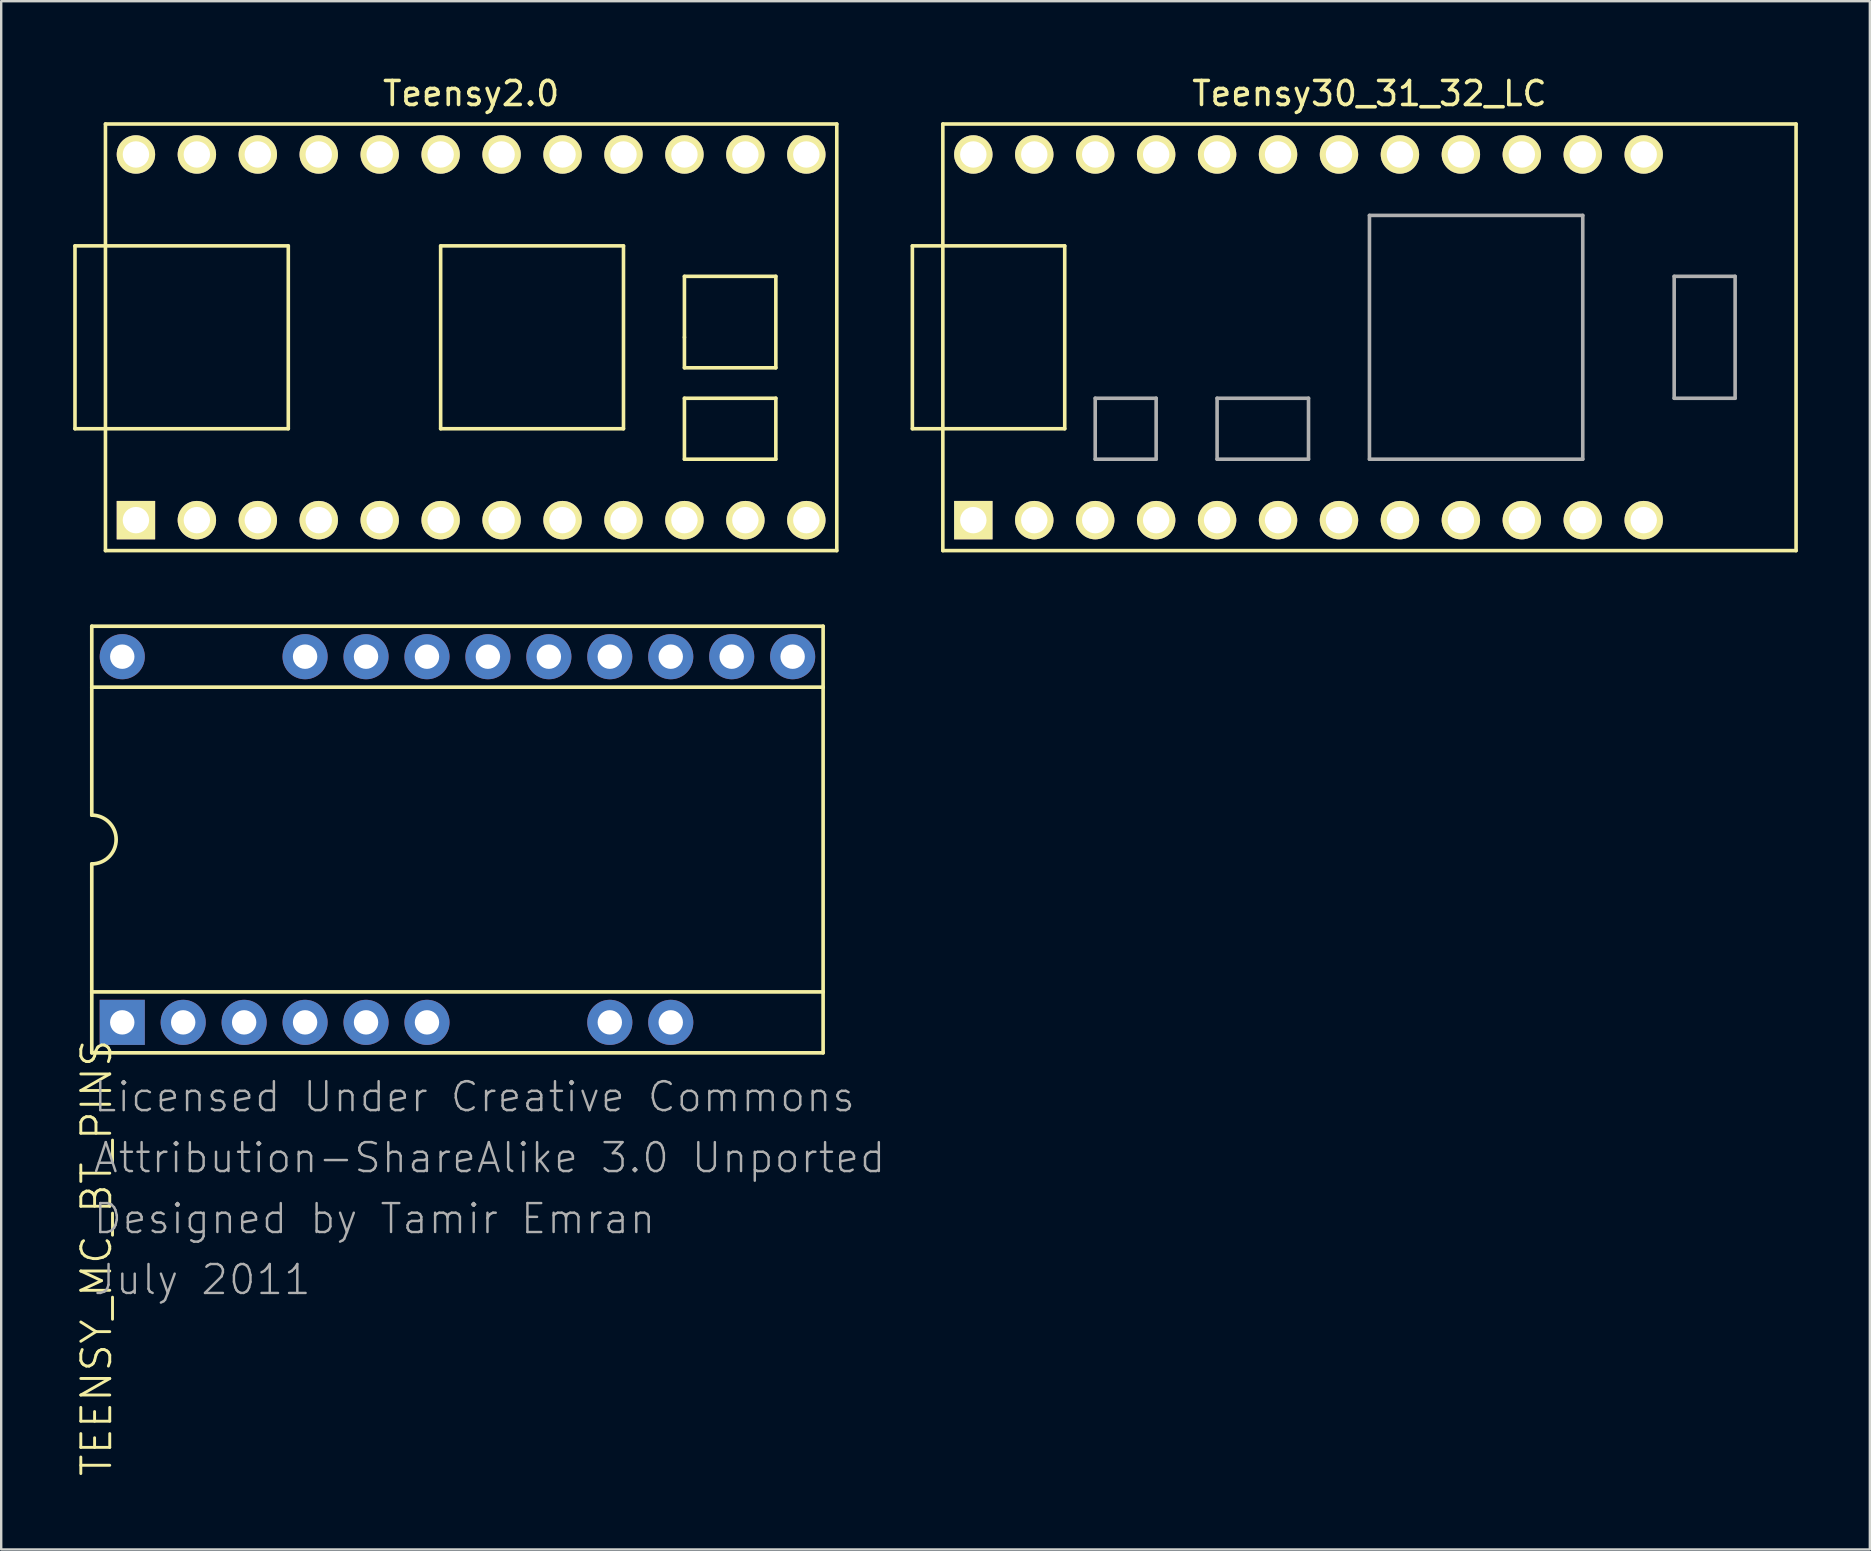
<source format=kicad_pcb>
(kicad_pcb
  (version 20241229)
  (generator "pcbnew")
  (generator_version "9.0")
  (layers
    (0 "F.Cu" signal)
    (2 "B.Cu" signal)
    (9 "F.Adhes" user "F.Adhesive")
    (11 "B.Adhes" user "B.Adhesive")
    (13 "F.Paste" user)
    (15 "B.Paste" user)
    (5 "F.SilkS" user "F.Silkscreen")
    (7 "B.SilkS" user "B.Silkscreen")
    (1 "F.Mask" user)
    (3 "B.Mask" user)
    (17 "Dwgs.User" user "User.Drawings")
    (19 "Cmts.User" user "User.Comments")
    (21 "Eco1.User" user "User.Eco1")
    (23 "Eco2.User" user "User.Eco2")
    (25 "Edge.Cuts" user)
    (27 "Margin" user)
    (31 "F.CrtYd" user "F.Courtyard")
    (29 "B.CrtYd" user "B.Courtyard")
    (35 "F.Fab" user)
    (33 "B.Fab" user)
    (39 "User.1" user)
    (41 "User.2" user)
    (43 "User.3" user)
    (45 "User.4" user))
  (footprint "Teensy30_31_32_LC"
    (layer "F.Cu")
    (at 54.025 11.008)
    (property "Reference" "Teensy30_31_32_LC" (at 0 -10.16 0) (layer "F.SilkS") (effects (font (size 1 1) (thickness 0.15))))
    (attr through_hole)
    (fp_line (start -19.05 -3.81) (end -17.78 -3.81) (stroke (width 0.15) (type solid)) (layer "F.SilkS"))
    (fp_line (start -19.05 3.81) (end -19.05 -3.81) (stroke (width 0.15) (type solid)) (layer "F.SilkS"))
    (fp_line (start -17.78 -8.89) (end 17.78 -8.89) (stroke (width 0.15) (type solid)) (layer "F.SilkS"))
    (fp_line (start -17.78 3.81) (end -19.05 3.81) (stroke (width 0.15) (type solid)) (layer "F.SilkS"))
    (fp_line (start -17.78 8.89) (end -17.78 -8.89) (stroke (width 0.15) (type solid)) (layer "F.SilkS"))
    (fp_line (start -12.7 -3.81) (end -17.78 -3.81) (stroke (width 0.15) (type solid)) (layer "F.SilkS"))
    (fp_line (start -12.7 3.81) (end -17.78 3.81) (stroke (width 0.15) (type solid)) (layer "F.SilkS"))
    (fp_line (start -12.7 3.81) (end -12.7 -3.81) (stroke (width 0.15) (type solid)) (layer "F.SilkS"))
    (fp_line (start 17.78 -8.89) (end 17.78 8.89) (stroke (width 0.15) (type solid)) (layer "F.SilkS"))
    (fp_line (start 17.78 8.89) (end -17.78 8.89) (stroke (width 0.15) (type solid)) (layer "F.SilkS"))
    (fp_line (start -11.43 2.54) (end -11.43 5.08) (stroke (width 0.15) (type solid)) (layer "F.Fab"))
    (fp_line (start -11.43 5.08) (end -8.89 5.08) (stroke (width 0.15) (type solid)) (layer "F.Fab"))
    (fp_line (start -8.89 2.54) (end -11.43 2.54) (stroke (width 0.15) (type solid)) (layer "F.Fab"))
    (fp_line (start -8.89 5.08) (end -8.89 2.54) (stroke (width 0.15) (type solid)) (layer "F.Fab"))
    (fp_line (start -6.35 2.54) (end -6.35 5.08) (stroke (width 0.15) (type solid)) (layer "F.Fab"))
    (fp_line (start -6.35 5.08) (end -2.54 5.08) (stroke (width 0.15) (type solid)) (layer "F.Fab"))
    (fp_line (start -2.54 2.54) (end -6.35 2.54) (stroke (width 0.15) (type solid)) (layer "F.Fab"))
    (fp_line (start -2.54 5.08) (end -2.54 2.54) (stroke (width 0.15) (type solid)) (layer "F.Fab"))
    (fp_line (start 0 -5.08) (end 0 5.08) (stroke (width 0.15) (type solid)) (layer "F.Fab"))
    (fp_line (start 8.89 -5.08) (end 0 -5.08) (stroke (width 0.15) (type solid)) (layer "F.Fab"))
    (fp_line (start 8.89 5.08) (end 0 5.08) (stroke (width 0.15) (type solid)) (layer "F.Fab"))
    (fp_line (start 8.89 5.08) (end 8.89 -5.08) (stroke (width 0.15) (type solid)) (layer "F.Fab"))
    (fp_line (start 12.7 -2.54) (end 15.24 -2.54) (stroke (width 0.15) (type solid)) (layer "F.Fab"))
    (fp_line (start 12.7 2.54) (end 12.7 -2.54) (stroke (width 0.15) (type solid)) (layer "F.Fab"))
    (fp_line (start 15.24 -2.54) (end 15.24 2.54) (stroke (width 0.15) (type solid)) (layer "F.Fab"))
    (fp_line (start 15.24 2.54) (end 12.7 2.54) (stroke (width 0.15) (type solid)) (layer "F.Fab"))
    (pad "1" thru_hole rect (at -16.51 7.62) (size 1.6 1.6) (drill 1.1) (layers "*.Cu" "*.Mask" "F.SilkS"))
    (pad "2" thru_hole circle (at -13.97 7.62) (size 1.6 1.6) (drill 1.1) (layers "*.Cu" "*.Mask" "F.SilkS"))
    (pad "3" thru_hole circle (at -11.43 7.62) (size 1.6 1.6) (drill 1.1) (layers "*.Cu" "*.Mask" "F.SilkS"))
    (pad "4" thru_hole circle (at -8.89 7.62) (size 1.6 1.6) (drill 1.1) (layers "*.Cu" "*.Mask" "F.SilkS"))
    (pad "5" thru_hole circle (at -6.35 7.62) (size 1.6 1.6) (drill 1.1) (layers "*.Cu" "*.Mask" "F.SilkS"))
    (pad "6" thru_hole circle (at -3.81 7.62) (size 1.6 1.6) (drill 1.1) (layers "*.Cu" "*.Mask" "F.SilkS"))
    (pad "7" thru_hole circle (at -1.27 7.62) (size 1.6 1.6) (drill 1.1) (layers "*.Cu" "*.Mask" "F.SilkS"))
    (pad "8" thru_hole circle (at 1.27 7.62) (size 1.6 1.6) (drill 1.1) (layers "*.Cu" "*.Mask" "F.SilkS"))
    (pad "9" thru_hole circle (at 3.81 7.62) (size 1.6 1.6) (drill 1.1) (layers "*.Cu" "*.Mask" "F.SilkS"))
    (pad "10" thru_hole circle (at 6.35 7.62) (size 1.6 1.6) (drill 1.1) (layers "*.Cu" "*.Mask" "F.SilkS"))
    (pad "11" thru_hole circle (at 8.89 7.62) (size 1.6 1.6) (drill 1.1) (layers "*.Cu" "*.Mask" "F.SilkS"))
    (pad "12" thru_hole circle (at 11.43 7.62) (size 1.6 1.6) (drill 1.1) (layers "*.Cu" "*.Mask" "F.SilkS"))
    (pad "22" thru_hole circle (at 11.43 -7.62) (size 1.6 1.6) (drill 1.1) (layers "*.Cu" "*.Mask" "F.SilkS"))
    (pad "23" thru_hole circle (at 8.89 -7.62) (size 1.6 1.6) (drill 1.1) (layers "*.Cu" "*.Mask" "F.SilkS"))
    (pad "24" thru_hole circle (at 6.35 -7.62) (size 1.6 1.6) (drill 1.1) (layers "*.Cu" "*.Mask" "F.SilkS"))
    (pad "25" thru_hole circle (at 3.81 -7.62) (size 1.6 1.6) (drill 1.1) (layers "*.Cu" "*.Mask" "F.SilkS"))
    (pad "26" thru_hole circle (at 1.27 -7.62) (size 1.6 1.6) (drill 1.1) (layers "*.Cu" "*.Mask" "F.SilkS"))
    (pad "27" thru_hole circle (at -1.27 -7.62) (size 1.6 1.6) (drill 1.1) (layers "*.Cu" "*.Mask" "F.SilkS"))
    (pad "28" thru_hole circle (at -3.81 -7.62) (size 1.6 1.6) (drill 1.1) (layers "*.Cu" "*.Mask" "F.SilkS"))
    (pad "29" thru_hole circle (at -6.35 -7.62) (size 1.6 1.6) (drill 1.1) (layers "*.Cu" "*.Mask" "F.SilkS"))
    (pad "30" thru_hole circle (at -8.89 -7.62) (size 1.6 1.6) (drill 1.1) (layers "*.Cu" "*.Mask" "F.SilkS"))
    (pad "31" thru_hole circle (at -11.43 -7.62) (size 1.6 1.6) (drill 1.1) (layers "*.Cu" "*.Mask" "F.SilkS"))
    (pad "32" thru_hole circle (at -13.97 -7.62) (size 1.6 1.6) (drill 1.1) (layers "*.Cu" "*.Mask" "F.SilkS"))
    (pad "33" thru_hole circle (at -16.51 -7.62) (size 1.6 1.6) (drill 1.1) (layers "*.Cu" "*.Mask" "F.SilkS")))
  (footprint "TEENSY_MC_BT_PINS"
    (layer "F.Cu")
    (at 16.015 31.939)
    (property "Reference" "TEENSY_MC_BT_PINS" (at -15.748 8.255 270) (layer "F.SilkS") (effects (font (size 1.206 1.206) (thickness 0.121)) (justify right top)))
    (attr through_hole)
    (fp_line (start -15.24 -8.89) (end -15.24 -6.35) (stroke (width 0.152) (type solid)) (layer "F.SilkS"))
    (fp_line (start -15.24 -6.35) (end -15.24 -1.016) (stroke (width 0.152) (type solid)) (layer "F.SilkS"))
    (fp_line (start -15.24 -6.35) (end 15.24 -6.35) (stroke (width 0.152) (type solid)) (layer "F.SilkS"))
    (fp_line (start -15.24 6.35) (end -15.24 1.016) (stroke (width 0.152) (type solid)) (layer "F.SilkS"))
    (fp_line (start -15.24 6.35) (end 15.24 6.35) (stroke (width 0.152) (type solid)) (layer "F.SilkS"))
    (fp_line (start -15.24 8.89) (end -15.24 6.35) (stroke (width 0.152) (type solid)) (layer "F.SilkS"))
    (fp_line (start -15.24 8.89) (end 15.24 8.89) (stroke (width 0.152) (type solid)) (layer "F.SilkS"))
    (fp_line (start 15.24 -8.89) (end -15.24 -8.89) (stroke (width 0.152) (type solid)) (layer "F.SilkS"))
    (fp_line (start 15.24 -8.89) (end 15.24 -6.35) (stroke (width 0.152) (type solid)) (layer "F.SilkS"))
    (fp_line (start 15.24 -6.35) (end 15.24 6.35) (stroke (width 0.152) (type solid)) (layer "F.SilkS"))
    (fp_line (start 15.24 6.35) (end 15.24 8.89) (stroke (width 0.152) (type solid)) (layer "F.SilkS"))
    (fp_arc (start -15.24 -1.016) (mid -14.224 0) (end -15.24 1.016) (stroke (width 0.1524) (type solid)) (layer "F.SilkS"))
    (fp_text user "July 2011" (at -15.24 19.05 0) (layer "F.Fab") (effects (font (size 1.206 1.206) (thickness 0.102)) (justify left bottom)))
    (fp_text user "Licensed Under Creative Commons" (at -15.24 11.43 0) (layer "F.Fab") (effects (font (size 1.206 1.206) (thickness 0.102)) (justify left bottom)))
    (fp_text user "Attribution-ShareAlike 3.0 Unported " (at -15.24 13.97 0) (layer "F.Fab") (effects (font (size 1.206 1.206) (thickness 0.102)) (justify left bottom)))
    (fp_text user "Designed by Tamir Emran" (at -15.24 16.51 0) (layer "F.Fab") (effects (font (size 1.206 1.206) (thickness 0.102)) (justify left bottom)))
    (pad "+5V" thru_hole circle (at -13.97 -7.62 90) (size 1.88 1.88) (drill 1.016) (layers "*.Cu" "*.Mask"))
    (pad "B0" thru_hole circle (at -11.43 7.62 90) (size 1.88 1.88) (drill 1.016) (layers "*.Cu" "*.Mask"))
    (pad "B1" thru_hole circle (at -8.89 7.62 90) (size 1.88 1.88) (drill 1.016) (layers "*.Cu" "*.Mask"))
    (pad "B2" thru_hole circle (at -6.35 7.62 90) (size 1.88 1.88) (drill 1.016) (layers "*.Cu" "*.Mask"))
    (pad "B3" thru_hole circle (at -3.81 7.62 90) (size 1.88 1.88) (drill 1.016) (layers "*.Cu" "*.Mask"))
    (pad "B4" thru_hole circle (at 8.89 -7.62 90) (size 1.88 1.88) (drill 1.016) (layers "*.Cu" "*.Mask"))
    (pad "B5" thru_hole circle (at 6.35 -7.62 90) (size 1.88 1.88) (drill 1.016) (layers "*.Cu" "*.Mask"))
    (pad "B6" thru_hole circle (at 3.81 -7.62 90) (size 1.88 1.88) (drill 1.016) (layers "*.Cu" "*.Mask"))
    (pad "B7" thru_hole circle (at -1.27 7.62 90) (size 1.88 1.88) (drill 1.016) (layers "*.Cu" "*.Mask"))
    (pad "D2" thru_hole circle (at 6.35 7.62 90) (size 1.88 1.88) (drill 1.016) (layers "*.Cu" "*.Mask"))
    (pad "D3" thru_hole circle (at 8.89 7.62 90) (size 1.88 1.88) (drill 1.016) (layers "*.Cu" "*.Mask"))
    (pad "D6" thru_hole circle (at 13.97 -7.62 90) (size 1.88 1.88) (drill 1.016) (layers "*.Cu" "*.Mask"))
    (pad "D7" thru_hole circle (at 11.43 -7.62 90) (size 1.88 1.88) (drill 1.016) (layers "*.Cu" "*.Mask"))
    (pad "F4" thru_hole circle (at -6.35 -7.62 90) (size 1.88 1.88) (drill 1.016) (layers "*.Cu" "*.Mask"))
    (pad "F5" thru_hole circle (at -3.81 -7.62 90) (size 1.88 1.88) (drill 1.016) (layers "*.Cu" "*.Mask"))
    (pad "F6" thru_hole circle (at -1.27 -7.62 90) (size 1.88 1.88) (drill 1.016) (layers "*.Cu" "*.Mask"))
    (pad "F7" thru_hole circle (at 1.27 -7.62 90) (size 1.88 1.88) (drill 1.016) (layers "*.Cu" "*.Mask"))
    (pad "GND" thru_hole rect (at -13.97 7.62 90) (size 1.88 1.88) (drill 1.016) (layers "*.Cu" "*.Mask")))
  (footprint "Teensy2.0"
    (layer "F.Cu")
    (at 16.585 11.008)
    (property "Reference" "Teensy2.0" (at 0 -10.16 0) (layer "F.SilkS") (effects (font (size 1 1) (thickness 0.15))))
    (attr through_hole)
    (fp_line (start -16.51 -3.81) (end -7.62 -3.81) (stroke (width 0.15) (type solid)) (layer "F.SilkS"))
    (fp_line (start -16.51 3.81) (end -16.51 -3.81) (stroke (width 0.15) (type solid)) (layer "F.SilkS"))
    (fp_line (start -15.24 -8.89) (end 15.24 -8.89) (stroke (width 0.15) (type solid)) (layer "F.SilkS"))
    (fp_line (start -15.24 8.89) (end -15.24 -8.89) (stroke (width 0.15) (type solid)) (layer "F.SilkS"))
    (fp_line (start -7.62 -3.81) (end -7.62 3.81) (stroke (width 0.15) (type solid)) (layer "F.SilkS"))
    (fp_line (start -7.62 3.81) (end -16.51 3.81) (stroke (width 0.15) (type solid)) (layer "F.SilkS"))
    (fp_line (start -1.27 -3.81) (end -1.27 3.81) (stroke (width 0.15) (type solid)) (layer "F.SilkS"))
    (fp_line (start -1.27 3.81) (end 6.35 3.81) (stroke (width 0.15) (type solid)) (layer "F.SilkS"))
    (fp_line (start 6.35 -3.81) (end -1.27 -3.81) (stroke (width 0.15) (type solid)) (layer "F.SilkS"))
    (fp_line (start 6.35 3.81) (end 6.35 -3.81) (stroke (width 0.15) (type solid)) (layer "F.SilkS"))
    (fp_line (start 8.89 -2.54) (end 8.89 0) (stroke (width 0.15) (type solid)) (layer "F.SilkS"))
    (fp_line (start 8.89 0) (end 8.89 1.27) (stroke (width 0.15) (type solid)) (layer "F.SilkS"))
    (fp_line (start 8.89 1.27) (end 12.7 1.27) (stroke (width 0.15) (type solid)) (layer "F.SilkS"))
    (fp_line (start 8.89 2.54) (end 8.89 5.08) (stroke (width 0.15) (type solid)) (layer "F.SilkS"))
    (fp_line (start 8.89 5.08) (end 12.7 5.08) (stroke (width 0.15) (type solid)) (layer "F.SilkS"))
    (fp_line (start 12.7 -2.54) (end 8.89 -2.54) (stroke (width 0.15) (type solid)) (layer "F.SilkS"))
    (fp_line (start 12.7 1.27) (end 12.7 -2.54) (stroke (width 0.15) (type solid)) (layer "F.SilkS"))
    (fp_line (start 12.7 2.54) (end 8.89 2.54) (stroke (width 0.15) (type solid)) (layer "F.SilkS"))
    (fp_line (start 12.7 5.08) (end 12.7 2.54) (stroke (width 0.15) (type solid)) (layer "F.SilkS"))
    (fp_line (start 15.24 -8.89) (end 15.24 8.89) (stroke (width 0.15) (type solid)) (layer "F.SilkS"))
    (fp_line (start 15.24 8.89) (end -15.24 8.89) (stroke (width 0.15) (type solid)) (layer "F.SilkS"))
    (pad "1" thru_hole rect (at -13.97 7.62) (size 1.6 1.6) (drill 1.1) (layers "*.Cu" "*.Mask" "F.SilkS"))
    (pad "2" thru_hole circle (at -11.43 7.62) (size 1.6 1.6) (drill 1.1) (layers "*.Cu" "*.Mask" "F.SilkS"))
    (pad "3" thru_hole circle (at -8.89 7.62) (size 1.6 1.6) (drill 1.1) (layers "*.Cu" "*.Mask" "F.SilkS"))
    (pad "4" thru_hole circle (at -6.35 7.62) (size 1.6 1.6) (drill 1.1) (layers "*.Cu" "*.Mask" "F.SilkS"))
    (pad "5" thru_hole circle (at -3.81 7.62) (size 1.6 1.6) (drill 1.1) (layers "*.Cu" "*.Mask" "F.SilkS"))
    (pad "6" thru_hole circle (at -1.27 7.62) (size 1.6 1.6) (drill 1.1) (layers "*.Cu" "*.Mask" "F.SilkS"))
    (pad "7" thru_hole circle (at 1.27 7.62) (size 1.6 1.6) (drill 1.1) (layers "*.Cu" "*.Mask" "F.SilkS"))
    (pad "8" thru_hole circle (at 3.81 7.62) (size 1.6 1.6) (drill 1.1) (layers "*.Cu" "*.Mask" "F.SilkS"))
    (pad "9" thru_hole circle (at 6.35 7.62) (size 1.6 1.6) (drill 1.1) (layers "*.Cu" "*.Mask" "F.SilkS"))
    (pad "10" thru_hole circle (at 8.89 7.62) (size 1.6 1.6) (drill 1.1) (layers "*.Cu" "*.Mask" "F.SilkS"))
    (pad "11" thru_hole circle (at 11.43 7.62) (size 1.6 1.6) (drill 1.1) (layers "*.Cu" "*.Mask" "F.SilkS"))
    (pad "12" thru_hole circle (at 13.97 7.62) (size 1.6 1.6) (drill 1.1) (layers "*.Cu" "*.Mask" "F.SilkS"))
    (pad "18" thru_hole circle (at 13.97 -7.62) (size 1.6 1.6) (drill 1.1) (layers "*.Cu" "*.Mask" "F.SilkS"))
    (pad "19" thru_hole circle (at 11.43 -7.62) (size 1.6 1.6) (drill 1.1) (layers "*.Cu" "*.Mask" "F.SilkS"))
    (pad "20" thru_hole circle (at 8.89 -7.62) (size 1.6 1.6) (drill 1.1) (layers "*.Cu" "*.Mask" "F.SilkS"))
    (pad "21" thru_hole circle (at 6.35 -7.62) (size 1.6 1.6) (drill 1.1) (layers "*.Cu" "*.Mask" "F.SilkS"))
    (pad "22" thru_hole circle (at 3.81 -7.62) (size 1.6 1.6) (drill 1.1) (layers "*.Cu" "*.Mask" "F.SilkS"))
    (pad "23" thru_hole circle (at 1.27 -7.62) (size 1.6 1.6) (drill 1.1) (layers "*.Cu" "*.Mask" "F.SilkS"))
    (pad "24" thru_hole circle (at -1.27 -7.62) (size 1.6 1.6) (drill 1.1) (layers "*.Cu" "*.Mask" "F.SilkS"))
    (pad "25" thru_hole circle (at -3.81 -7.62) (size 1.6 1.6) (drill 1.1) (layers "*.Cu" "*.Mask" "F.SilkS"))
    (pad "26" thru_hole circle (at -6.35 -7.62) (size 1.6 1.6) (drill 1.1) (layers "*.Cu" "*.Mask" "F.SilkS"))
    (pad "27" thru_hole circle (at -8.89 -7.62) (size 1.6 1.6) (drill 1.1) (layers "*.Cu" "*.Mask" "F.SilkS"))
    (pad "28" thru_hole circle (at -11.43 -7.62) (size 1.6 1.6) (drill 1.1) (layers "*.Cu" "*.Mask" "F.SilkS"))
    (pad "29" thru_hole circle (at -13.97 -7.62) (size 1.6 1.6) (drill 1.1) (layers "*.Cu" "*.Mask" "F.SilkS")))
  (gr_rect
    (start -3 -3)
    (end 74.88 61.528)
    (stroke (width 0.1) (type default))
    (fill no)
    (layer "Edge.Cuts")))
</source>
